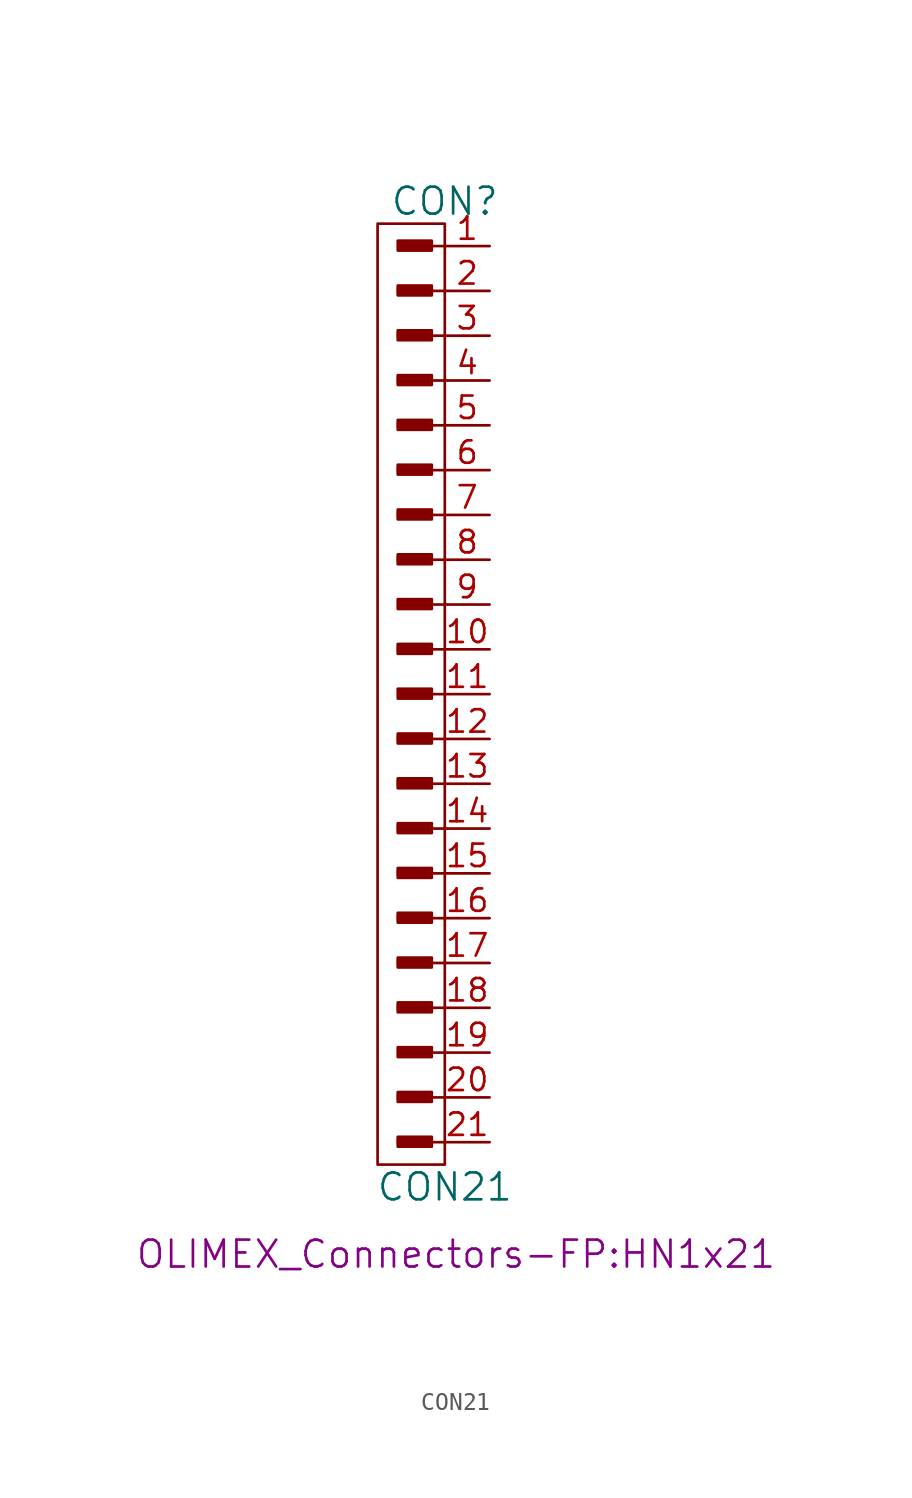
<source format=kicad_sym>
(kicad_symbol_lib
  (version 20211014)
  (generator kicad_symbol_editor)
  (symbol "CON21"
    (pin_names
      (offset 1.016))
    (property "Reference" "CON"
      (at 0 27.94 0)
      (effects (font (size 1.524 1.524))))
    (property "Value" "CON21"
      (at 0 -27.94 0)
      (effects (font (size 1.524 1.524))))
    (property "Footprint" "OLIMEX_Connectors-FP:HN1x21"
      (at 0.635 -31.75 0)
      (effects (font (size 1.524 1.524))))
    (property "Datasheet" ""
      (at -1.905 24.13 0)
      (effects (font (size 1.524 1.524))))
    (symbol "CON21_0_0"
      (rectangle (start -2.642 -25.552) (end -0.864 -25.197) (stroke (width 0) (type default) (color 0 0 0 0)) (fill (type none)))
      (rectangle (start -2.642 -23.012) (end -0.864 -22.657) (stroke (width 0) (type default) (color 0 0 0 0)) (fill (type none)))
      (rectangle (start -2.642 -17.932) (end -0.864 -17.577) (stroke (width 0) (type default) (color 0 0 0 0)) (fill (type none)))
      (rectangle (start -2.642 -15.392) (end -0.864 -15.037) (stroke (width 0) (type default) (color 0 0 0 0)) (fill (type none)))
      (rectangle (start -2.642 -12.852) (end -0.864 -12.497) (stroke (width 0) (type default) (color 0 0 0 0)) (fill (type none)))
      (rectangle (start -2.642 -10.312) (end -0.864 -9.957) (stroke (width 0) (type default) (color 0 0 0 0)) (fill (type none)))
      (rectangle (start -2.642 -7.772) (end -0.864 -7.417) (stroke (width 0) (type default) (color 0 0 0 0)) (fill (type none)))
      (rectangle (start -2.642 -5.232) (end -0.864 -4.877) (stroke (width 0) (type default) (color 0 0 0 0)) (fill (type none)))
      (rectangle (start -2.642 -2.692) (end -0.864 -2.337) (stroke (width 0) (type default) (color 0 0 0 0)) (fill (type none)))
      (rectangle (start -2.642 2.388) (end -0.864 2.743) (stroke (width 0) (type default) (color 0 0 0 0)) (fill (type none)))
      (rectangle (start -2.642 7.468) (end -0.864 7.823) (stroke (width 0) (type default) (color 0 0 0 0)) (fill (type none)))
      (rectangle (start -2.642 10.008) (end -0.864 10.363) (stroke (width 0) (type default) (color 0 0 0 0)) (fill (type none)))
      (rectangle (start -2.642 12.548) (end -0.864 12.903) (stroke (width 0) (type default) (color 0 0 0 0)) (fill (type none)))
      (rectangle (start -2.642 15.088) (end -0.864 15.443) (stroke (width 0) (type default) (color 0 0 0 0)) (fill (type none)))
      (rectangle (start -2.642 17.628) (end -0.864 17.983) (stroke (width 0) (type default) (color 0 0 0 0)) (fill (type none)))
      (rectangle (start -2.642 20.168) (end -0.864 20.523) (stroke (width 0) (type default) (color 0 0 0 0)) (fill (type none)))
      (rectangle (start -2.642 22.708) (end -0.864 23.063) (stroke (width 0) (type default) (color 0 0 0 0)) (fill (type none)))
      (rectangle (start -2.616 -25.451) (end -0.965 -25.349) (stroke (width 0) (type default) (color 0 0 0 0)) (fill (type none)))
      (rectangle (start -2.616 -22.911) (end -0.965 -22.809) (stroke (width 0) (type default) (color 0 0 0 0)) (fill (type none)))
      (rectangle (start -2.616 -20.472) (end -0.838 -20.117) (stroke (width 0) (type default) (color 0 0 0 0)) (fill (type none)))
      (rectangle (start -2.616 -17.831) (end -0.965 -17.729) (stroke (width 0) (type default) (color 0 0 0 0)) (fill (type none)))
      (rectangle (start -2.616 -15.291) (end -0.965 -15.189) (stroke (width 0) (type default) (color 0 0 0 0)) (fill (type none)))
      (rectangle (start -2.616 -12.751) (end -0.965 -12.649) (stroke (width 0) (type default) (color 0 0 0 0)) (fill (type none)))
      (rectangle (start -2.616 -10.211) (end -0.965 -10.109) (stroke (width 0) (type default) (color 0 0 0 0)) (fill (type none)))
      (rectangle (start -2.616 -7.671) (end -0.965 -7.569) (stroke (width 0) (type default) (color 0 0 0 0)) (fill (type none)))
      (rectangle (start -2.616 -5.131) (end -0.965 -5.029) (stroke (width 0) (type default) (color 0 0 0 0)) (fill (type none)))
      (rectangle (start -2.616 -2.591) (end -0.965 -2.489) (stroke (width 0) (type default) (color 0 0 0 0)) (fill (type none)))
      (rectangle (start -2.616 -0.152) (end -0.838 0.203) (stroke (width 0) (type default) (color 0 0 0 0)) (fill (type none)))
      (rectangle (start -2.616 2.489) (end -0.965 2.591) (stroke (width 0) (type default) (color 0 0 0 0)) (fill (type none)))
      (rectangle (start -2.616 4.928) (end -0.838 5.283) (stroke (width 0) (type default) (color 0 0 0 0)) (fill (type none)))
      (rectangle (start -2.616 7.569) (end -0.965 7.671) (stroke (width 0) (type default) (color 0 0 0 0)) (fill (type none)))
      (rectangle (start -2.616 10.109) (end -0.965 10.211) (stroke (width 0) (type default) (color 0 0 0 0)) (fill (type none)))
      (rectangle (start -2.616 12.649) (end -0.965 12.751) (stroke (width 0) (type default) (color 0 0 0 0)) (fill (type none)))
      (rectangle (start -2.616 15.189) (end -0.965 15.291) (stroke (width 0) (type default) (color 0 0 0 0)) (fill (type none)))
      (rectangle (start -2.616 17.729) (end -0.965 17.831) (stroke (width 0) (type default) (color 0 0 0 0)) (fill (type none)))
      (rectangle (start -2.616 20.269) (end -0.965 20.371) (stroke (width 0) (type default) (color 0 0 0 0)) (fill (type none)))
      (rectangle (start -2.616 22.809) (end -0.965 22.911) (stroke (width 0) (type default) (color 0 0 0 0)) (fill (type none)))
      (rectangle (start -2.616 25.248) (end -0.838 25.603) (stroke (width 0) (type default) (color 0 0 0 0)) (fill (type none)))
      (rectangle (start -2.591 -20.345) (end -0.94 -20.244) (stroke (width 0) (type default) (color 0 0 0 0)) (fill (type none)))
      (rectangle (start -2.591 -0.025) (end -0.94 0.076) (stroke (width 0) (type default) (color 0 0 0 0)) (fill (type none)))
      (rectangle (start -2.591 5.055) (end -0.94 5.156) (stroke (width 0) (type default) (color 0 0 0 0)) (fill (type none)))
      (rectangle (start -2.591 25.375) (end -0.94 25.476) (stroke (width 0) (type default) (color 0 0 0 0)) (fill (type none)))
      (rectangle (start -0.965 -25.273) (end -2.642 -25.476) (stroke (width 0) (type default) (color 0 0 0 0)) (fill (type none)))
      (rectangle (start -0.965 -22.733) (end -2.642 -22.936) (stroke (width 0) (type default) (color 0 0 0 0)) (fill (type none)))
      (rectangle (start -0.965 -17.653) (end -2.642 -17.856) (stroke (width 0) (type default) (color 0 0 0 0)) (fill (type none)))
      (rectangle (start -0.965 -15.113) (end -2.642 -15.316) (stroke (width 0) (type default) (color 0 0 0 0)) (fill (type none)))
      (rectangle (start -0.965 -12.573) (end -2.642 -12.776) (stroke (width 0) (type default) (color 0 0 0 0)) (fill (type none)))
      (rectangle (start -0.965 -10.033) (end -2.642 -10.236) (stroke (width 0) (type default) (color 0 0 0 0)) (fill (type none)))
      (rectangle (start -0.965 -7.493) (end -2.642 -7.696) (stroke (width 0) (type default) (color 0 0 0 0)) (fill (type none)))
      (rectangle (start -0.965 -4.953) (end -2.642 -5.156) (stroke (width 0) (type default) (color 0 0 0 0)) (fill (type none)))
      (rectangle (start -0.965 -2.413) (end -2.642 -2.616) (stroke (width 0) (type default) (color 0 0 0 0)) (fill (type none)))
      (rectangle (start -0.965 2.667) (end -2.642 2.464) (stroke (width 0) (type default) (color 0 0 0 0)) (fill (type none)))
      (rectangle (start -0.965 7.747) (end -2.642 7.544) (stroke (width 0) (type default) (color 0 0 0 0)) (fill (type none)))
      (rectangle (start -0.965 10.287) (end -2.642 10.084) (stroke (width 0) (type default) (color 0 0 0 0)) (fill (type none)))
      (rectangle (start -0.965 12.827) (end -2.642 12.624) (stroke (width 0) (type default) (color 0 0 0 0)) (fill (type none)))
      (rectangle (start -0.965 15.367) (end -2.642 15.164) (stroke (width 0) (type default) (color 0 0 0 0)) (fill (type none)))
      (rectangle (start -0.965 17.907) (end -2.642 17.704) (stroke (width 0) (type default) (color 0 0 0 0)) (fill (type none)))
      (rectangle (start -0.965 20.447) (end -2.642 20.244) (stroke (width 0) (type default) (color 0 0 0 0)) (fill (type none)))
      (rectangle (start -0.965 22.987) (end -2.642 22.784) (stroke (width 0) (type default) (color 0 0 0 0)) (fill (type none)))
      (rectangle (start -0.864 -20.218) (end -2.54 -20.422) (stroke (width 0) (type default) (color 0 0 0 0)) (fill (type none)))
      (rectangle (start -0.864 0.102) (end -2.54 -0.102) (stroke (width 0) (type default) (color 0 0 0 0)) (fill (type none)))
      (rectangle (start -0.864 5.182) (end -2.54 4.978) (stroke (width 0) (type default) (color 0 0 0 0)) (fill (type none)))
      (rectangle (start -0.864 25.502) (end -2.54 25.298) (stroke (width 0) (type default) (color 0 0 0 0)) (fill (type none)))
      (rectangle (start -0.737 -25.095) (end -2.667 -25.654) (stroke (width 0) (type default) (color 0 0 0 0)) (fill (type none)))
      (rectangle (start -0.737 -22.555) (end -2.667 -23.114) (stroke (width 0) (type default) (color 0 0 0 0)) (fill (type none)))
      (rectangle (start -0.737 -20.015) (end -2.667 -20.574) (stroke (width 0) (type default) (color 0 0 0 0)) (fill (type none)))
      (rectangle (start -0.737 -17.475) (end -2.667 -18.034) (stroke (width 0) (type default) (color 0 0 0 0)) (fill (type none)))
      (rectangle (start -0.737 -14.935) (end -2.667 -15.494) (stroke (width 0) (type default) (color 0 0 0 0)) (fill (type none)))
      (rectangle (start -0.737 -12.395) (end -2.667 -12.954) (stroke (width 0) (type default) (color 0 0 0 0)) (fill (type none)))
      (rectangle (start -0.737 -9.855) (end -2.667 -10.414) (stroke (width 0) (type default) (color 0 0 0 0)) (fill (type none)))
      (rectangle (start -0.737 -7.315) (end -2.667 -7.874) (stroke (width 0) (type default) (color 0 0 0 0)) (fill (type none)))
      (rectangle (start -0.737 -4.775) (end -2.667 -5.334) (stroke (width 0) (type default) (color 0 0 0 0)) (fill (type none)))
      (rectangle (start -0.737 -2.235) (end -2.667 -2.794) (stroke (width 0) (type default) (color 0 0 0 0)) (fill (type none)))
      (rectangle (start -0.737 0.305) (end -2.667 -0.254) (stroke (width 0) (type default) (color 0 0 0 0)) (fill (type none)))
      (rectangle (start -0.737 2.845) (end -2.667 2.286) (stroke (width 0) (type default) (color 0 0 0 0)) (fill (type none)))
      (rectangle (start -0.737 5.385) (end -2.667 4.826) (stroke (width 0) (type default) (color 0 0 0 0)) (fill (type none)))
      (rectangle (start -0.737 7.925) (end -2.667 7.366) (stroke (width 0) (type default) (color 0 0 0 0)) (fill (type none)))
      (rectangle (start -0.737 10.465) (end -2.667 9.906) (stroke (width 0) (type default) (color 0 0 0 0)) (fill (type none)))
      (rectangle (start -0.737 13.005) (end -2.667 12.446) (stroke (width 0) (type default) (color 0 0 0 0)) (fill (type none)))
      (rectangle (start -0.737 15.545) (end -2.667 14.986) (stroke (width 0) (type default) (color 0 0 0 0)) (fill (type none)))
      (rectangle (start -0.737 18.085) (end -2.667 17.526) (stroke (width 0) (type default) (color 0 0 0 0)) (fill (type none)))
      (rectangle (start -0.737 20.625) (end -2.667 20.066) (stroke (width 0) (type default) (color 0 0 0 0)) (fill (type none)))
      (rectangle (start -0.737 23.165) (end -2.667 22.606) (stroke (width 0) (type default) (color 0 0 0 0)) (fill (type none)))
      (rectangle (start -0.737 25.705) (end -2.667 25.146) (stroke (width 0) (type default) (color 0 0 0 0)) (fill (type none)))
      (polyline (pts (xy 0 -25.4) (xy -0.762 -25.4)) (stroke (width 0) (type default) (color 0 0 0 0)) (fill (type none)))
      (polyline (pts (xy 0 -22.86) (xy -0.762 -22.86)) (stroke (width 0) (type default) (color 0 0 0 0)) (fill (type none)))
      (polyline (pts (xy 0 -20.32) (xy -0.762 -20.32)) (stroke (width 0) (type default) (color 0 0 0 0)) (fill (type none)))
      (polyline (pts (xy 0 -17.78) (xy -0.762 -17.78)) (stroke (width 0) (type default) (color 0 0 0 0)) (fill (type none)))
      (polyline (pts (xy 0 -15.24) (xy -0.762 -15.24)) (stroke (width 0) (type default) (color 0 0 0 0)) (fill (type none)))
      (polyline (pts (xy 0 -12.7) (xy -0.762 -12.7)) (stroke (width 0) (type default) (color 0 0 0 0)) (fill (type none)))
      (polyline (pts (xy 0 -10.16) (xy -0.762 -10.16)) (stroke (width 0) (type default) (color 0 0 0 0)) (fill (type none)))
      (polyline (pts (xy 0 -7.62) (xy -0.762 -7.62)) (stroke (width 0) (type default) (color 0 0 0 0)) (fill (type none)))
      (polyline (pts (xy 0 -5.08) (xy -0.762 -5.08)) (stroke (width 0) (type default) (color 0 0 0 0)) (fill (type none)))
      (polyline (pts (xy 0 -2.54) (xy -0.762 -2.54)) (stroke (width 0) (type default) (color 0 0 0 0)) (fill (type none)))
      (polyline (pts (xy 0 0) (xy -0.762 0)) (stroke (width 0) (type default) (color 0 0 0 0)) (fill (type none)))
      (polyline (pts (xy 0 2.54) (xy -0.762 2.54)) (stroke (width 0) (type default) (color 0 0 0 0)) (fill (type none)))
      (polyline (pts (xy 0 5.08) (xy -0.762 5.08)) (stroke (width 0) (type default) (color 0 0 0 0)) (fill (type none)))
      (polyline (pts (xy 0 7.62) (xy -0.762 7.62)) (stroke (width 0) (type default) (color 0 0 0 0)) (fill (type none)))
      (polyline (pts (xy 0 10.16) (xy -0.762 10.16)) (stroke (width 0) (type default) (color 0 0 0 0)) (fill (type none)))
      (polyline (pts (xy 0 12.7) (xy -0.762 12.7)) (stroke (width 0) (type default) (color 0 0 0 0)) (fill (type none)))
      (polyline (pts (xy 0 15.24) (xy -0.762 15.24)) (stroke (width 0) (type default) (color 0 0 0 0)) (fill (type none)))
      (polyline (pts (xy 0 17.78) (xy -0.762 17.78)) (stroke (width 0) (type default) (color 0 0 0 0)) (fill (type none)))
      (polyline (pts (xy 0 20.32) (xy -0.762 20.32)) (stroke (width 0) (type default) (color 0 0 0 0)) (fill (type none)))
      (polyline (pts (xy 0 22.86) (xy -0.762 22.86)) (stroke (width 0) (type default) (color 0 0 0 0)) (fill (type none)))
      (polyline (pts (xy 0 25.4) (xy -0.762 25.4)) (stroke (width 0) (type default) (color 0 0 0 0)) (fill (type none))))
    (symbol "CON21_0_1"
      (rectangle (start 0 -26.67) (end -3.81 26.67) (stroke (width 0) (type default) (color 0 0 0 0)) (fill (type none))))
    (symbol "CON21_1_1"
      (pin passive line (at 2.54 25.4 180) (length 2.54) (name "~" (effects (font (size 1.27 1.27)))) (number "1" (effects (font (size 1.27 1.27)))))
      (pin passive line (at 2.54 2.54 180) (length 2.54) (name "~" (effects (font (size 1.27 1.27)))) (number "10" (effects (font (size 1.27 1.27)))))
      (pin passive line (at 2.54 0 180) (length 2.54) (name "~" (effects (font (size 1.27 1.27)))) (number "11" (effects (font (size 1.27 1.27)))))
      (pin passive line (at 2.54 -2.54 180) (length 2.54) (name "~" (effects (font (size 1.27 1.27)))) (number "12" (effects (font (size 1.27 1.27)))))
      (pin passive line (at 2.54 -5.08 180) (length 2.54) (name "~" (effects (font (size 1.27 1.27)))) (number "13" (effects (font (size 1.27 1.27)))))
      (pin passive line (at 2.54 -7.62 180) (length 2.54) (name "~" (effects (font (size 1.27 1.27)))) (number "14" (effects (font (size 1.27 1.27)))))
      (pin passive line (at 2.54 -10.16 180) (length 2.54) (name "~" (effects (font (size 1.27 1.27)))) (number "15" (effects (font (size 1.27 1.27)))))
      (pin passive line (at 2.54 -12.7 180) (length 2.54) (name "~" (effects (font (size 1.27 1.27)))) (number "16" (effects (font (size 1.27 1.27)))))
      (pin passive line (at 2.54 -15.24 180) (length 2.54) (name "~" (effects (font (size 1.27 1.27)))) (number "17" (effects (font (size 1.27 1.27)))))
      (pin passive line (at 2.54 -17.78 180) (length 2.54) (name "~" (effects (font (size 1.27 1.27)))) (number "18" (effects (font (size 1.27 1.27)))))
      (pin passive line (at 2.54 -20.32 180) (length 2.54) (name "~" (effects (font (size 1.27 1.27)))) (number "19" (effects (font (size 1.27 1.27)))))
      (pin passive line (at 2.54 22.86 180) (length 2.54) (name "~" (effects (font (size 1.27 1.27)))) (number "2" (effects (font (size 1.27 1.27)))))
      (pin passive line (at 2.54 -22.86 180) (length 2.54) (name "~" (effects (font (size 1.27 1.27)))) (number "20" (effects (font (size 1.27 1.27)))))
      (pin passive line (at 2.54 -25.4 180) (length 2.54) (name "~" (effects (font (size 1.27 1.27)))) (number "21" (effects (font (size 1.27 1.27)))))
      (pin passive line (at 2.54 20.32 180) (length 2.54) (name "~" (effects (font (size 1.27 1.27)))) (number "3" (effects (font (size 1.27 1.27)))))
      (pin passive line (at 2.54 17.78 180) (length 2.54) (name "~" (effects (font (size 1.27 1.27)))) (number "4" (effects (font (size 1.27 1.27)))))
      (pin passive line (at 2.54 15.24 180) (length 2.54) (name "~" (effects (font (size 1.27 1.27)))) (number "5" (effects (font (size 1.27 1.27)))))
      (pin passive line (at 2.54 12.7 180) (length 2.54) (name "~" (effects (font (size 1.27 1.27)))) (number "6" (effects (font (size 1.27 1.27)))))
      (pin passive line (at 2.54 10.16 180) (length 2.54) (name "~" (effects (font (size 1.27 1.27)))) (number "7" (effects (font (size 1.27 1.27)))))
      (pin passive line (at 2.54 7.62 180) (length 2.54) (name "~" (effects (font (size 1.27 1.27)))) (number "8" (effects (font (size 1.27 1.27)))))
      (pin passive line (at 2.54 5.08 180) (length 2.54) (name "~" (effects (font (size 1.27 1.27)))) (number "9" (effects (font (size 1.27 1.27))))))))
</source>
